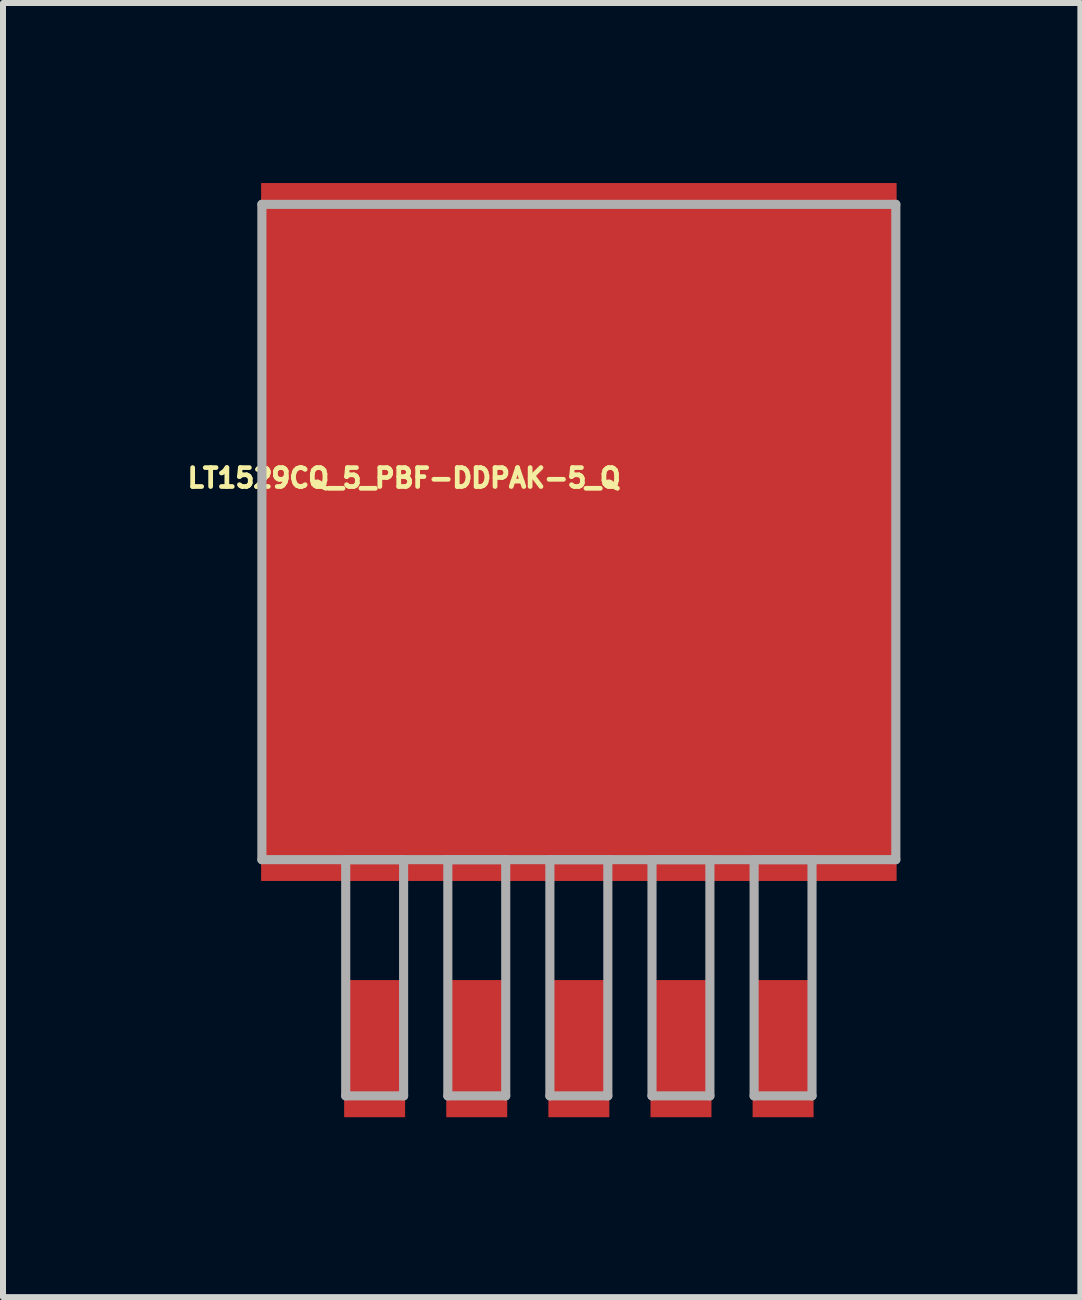
<source format=kicad_pcb>
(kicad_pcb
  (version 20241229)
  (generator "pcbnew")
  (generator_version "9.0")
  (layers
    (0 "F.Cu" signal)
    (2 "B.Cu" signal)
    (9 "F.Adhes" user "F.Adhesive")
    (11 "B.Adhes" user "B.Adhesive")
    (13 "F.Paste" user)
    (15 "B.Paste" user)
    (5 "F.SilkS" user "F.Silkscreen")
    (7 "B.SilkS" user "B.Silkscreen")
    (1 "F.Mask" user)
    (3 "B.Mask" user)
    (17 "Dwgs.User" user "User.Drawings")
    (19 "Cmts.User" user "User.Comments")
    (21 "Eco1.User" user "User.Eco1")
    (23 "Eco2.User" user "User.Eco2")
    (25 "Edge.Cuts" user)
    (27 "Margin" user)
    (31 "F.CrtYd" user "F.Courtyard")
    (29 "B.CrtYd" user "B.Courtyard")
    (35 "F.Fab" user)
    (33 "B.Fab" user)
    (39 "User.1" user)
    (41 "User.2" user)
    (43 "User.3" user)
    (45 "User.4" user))
  (footprint "LT1529CQ_5_PBF-DDPAK-5_Q"
    (layer "F.Cu")
    (at 6.598 5.817)
    (property "Reference" "LT1529CQ_5_PBF-DDPAK-5_Q" (at -2.912 -0.9 0) (layer "F.SilkS") (effects (font (size 0.315 0.315) (thickness 0.15))))
    (attr smd)
    (fp_line (start -5.283 -5.461) (end -5.283 5.461) (stroke (width 0.152) (type solid)) (layer "F.Fab"))
    (fp_line (start -5.283 5.461) (end 5.283 5.461) (stroke (width 0.152) (type solid)) (layer "F.Fab"))
    (fp_line (start -3.886 5.461) (end -3.886 9.398) (stroke (width 0.152) (type solid)) (layer "F.Fab"))
    (fp_line (start -3.886 9.398) (end -2.921 9.398) (stroke (width 0.152) (type solid)) (layer "F.Fab"))
    (fp_line (start -2.921 5.461) (end -3.886 5.461) (stroke (width 0.152) (type solid)) (layer "F.Fab"))
    (fp_line (start -2.921 9.398) (end -2.921 5.461) (stroke (width 0.152) (type solid)) (layer "F.Fab"))
    (fp_line (start -2.184 5.461) (end -2.184 9.398) (stroke (width 0.152) (type solid)) (layer "F.Fab"))
    (fp_line (start -2.184 9.398) (end -1.219 9.398) (stroke (width 0.152) (type solid)) (layer "F.Fab"))
    (fp_line (start -1.219 5.461) (end -2.184 5.461) (stroke (width 0.152) (type solid)) (layer "F.Fab"))
    (fp_line (start -1.219 9.398) (end -1.219 5.461) (stroke (width 0.152) (type solid)) (layer "F.Fab"))
    (fp_line (start -0.483 5.461) (end -0.483 9.398) (stroke (width 0.152) (type solid)) (layer "F.Fab"))
    (fp_line (start -0.483 9.398) (end 0.483 9.398) (stroke (width 0.152) (type solid)) (layer "F.Fab"))
    (fp_line (start 0.483 5.461) (end -0.483 5.461) (stroke (width 0.152) (type solid)) (layer "F.Fab"))
    (fp_line (start 0.483 9.398) (end 0.483 5.461) (stroke (width 0.152) (type solid)) (layer "F.Fab"))
    (fp_line (start 1.219 5.461) (end 1.219 9.398) (stroke (width 0.152) (type solid)) (layer "F.Fab"))
    (fp_line (start 1.219 9.398) (end 2.184 9.398) (stroke (width 0.152) (type solid)) (layer "F.Fab"))
    (fp_line (start 2.184 5.461) (end 1.219 5.461) (stroke (width 0.152) (type solid)) (layer "F.Fab"))
    (fp_line (start 2.184 9.398) (end 2.184 5.461) (stroke (width 0.152) (type solid)) (layer "F.Fab"))
    (fp_line (start 2.921 5.461) (end 2.921 9.398) (stroke (width 0.152) (type solid)) (layer "F.Fab"))
    (fp_line (start 2.921 9.398) (end 3.886 9.398) (stroke (width 0.152) (type solid)) (layer "F.Fab"))
    (fp_line (start 3.886 5.461) (end 2.921 5.461) (stroke (width 0.152) (type solid)) (layer "F.Fab"))
    (fp_line (start 3.886 9.398) (end 3.886 5.461) (stroke (width 0.152) (type solid)) (layer "F.Fab"))
    (fp_line (start 5.283 -5.461) (end -5.283 -5.461) (stroke (width 0.152) (type solid)) (layer "F.Fab"))
    (fp_line (start 5.283 5.461) (end 5.283 -5.461) (stroke (width 0.152) (type solid)) (layer "F.Fab"))
    (pad "1" smd rect (at -3.404 8.611) (size 1.016 2.286) (layers "F.Cu" "F.Mask" "F.Paste"))
    (pad "2" smd rect (at -1.702 8.611) (size 1.016 2.286) (layers "F.Cu" "F.Mask" "F.Paste"))
    (pad "3" smd rect (at 0 8.611) (size 1.016 2.286) (layers "F.Cu" "F.Mask" "F.Paste"))
    (pad "4" smd rect (at 1.702 8.611) (size 1.016 2.286) (layers "F.Cu" "F.Mask" "F.Paste"))
    (pad "5" smd rect (at 3.404 8.611) (size 1.016 2.286) (layers "F.Cu" "F.Mask" "F.Paste"))
    (pad "6" smd rect (at 0 0) (size 10.592 11.633) (layers "F.Cu" "F.Mask" "F.Paste")))
  (gr_rect
    (start -3 -3)
    (end 14.957 18.57)
    (stroke (width 0.1) (type default))
    (fill no)
    (layer "Edge.Cuts")))
</source>
